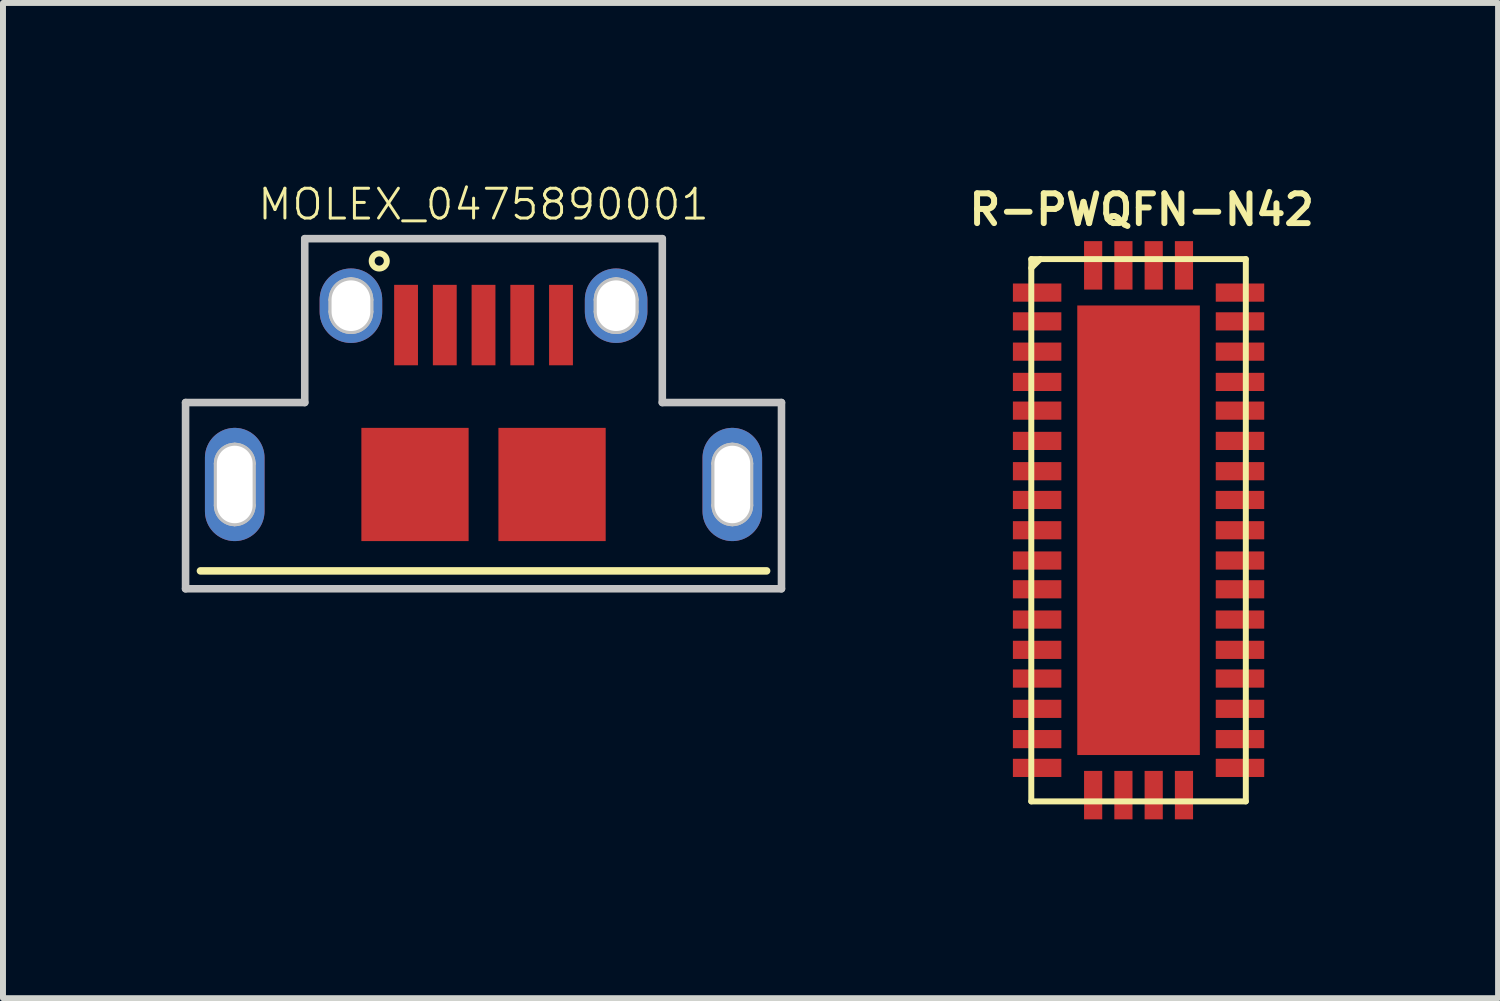
<source format=kicad_pcb>
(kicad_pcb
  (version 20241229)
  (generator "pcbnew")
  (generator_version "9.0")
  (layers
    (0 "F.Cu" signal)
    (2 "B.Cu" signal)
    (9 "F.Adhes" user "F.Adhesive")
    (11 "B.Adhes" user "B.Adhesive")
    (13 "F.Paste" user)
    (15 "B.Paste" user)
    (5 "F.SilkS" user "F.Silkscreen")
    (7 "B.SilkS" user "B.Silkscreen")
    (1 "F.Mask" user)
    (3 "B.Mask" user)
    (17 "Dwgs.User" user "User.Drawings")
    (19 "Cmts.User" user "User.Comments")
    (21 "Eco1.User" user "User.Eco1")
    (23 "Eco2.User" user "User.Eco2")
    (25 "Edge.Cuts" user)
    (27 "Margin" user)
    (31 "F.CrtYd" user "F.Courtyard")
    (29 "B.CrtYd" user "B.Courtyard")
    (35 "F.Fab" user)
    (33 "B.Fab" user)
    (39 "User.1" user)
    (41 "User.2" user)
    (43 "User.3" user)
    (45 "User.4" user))
  (footprint "MOLEX_0475890001"
    (layer "F.Cu")
    (at 5.064 5.08)
    (property "Reference" "MOLEX_0475890001" (at 0 -4.7 0) (layer "F.SilkS") (effects (font (size 0.5 0.5) (thickness 0.05))))
    (attr smd)
    (fp_line (start -4.75 1.45) (end 4.75 1.45) (stroke (width 0.127) (type solid)) (layer "F.SilkS"))
    (fp_circle (center -1.75 -3.75) (end -1.623 -3.75) (stroke (width 0.1) (type solid)) (fill no) (layer "F.SilkS"))
    (fp_line (start -5 -1.375) (end -5 1.75) (stroke (width 0.127) (type solid)) (layer "Dwgs.User"))
    (fp_line (start -5 1.75) (end 5 1.75) (stroke (width 0.127) (type solid)) (layer "Dwgs.User"))
    (fp_line (start -4.475 0.35) (end -4.475 -0.35) (stroke (width 0.1) (type solid)) (layer "Dwgs.User"))
    (fp_line (start -4.475 0.35) (end -4.475 -0.35) (stroke (width 0.1) (type solid)) (layer "Dwgs.User"))
    (fp_line (start -3.875 -0.35) (end -3.875 0.35) (stroke (width 0.1) (type solid)) (layer "Dwgs.User"))
    (fp_line (start -3.875 -0.35) (end -3.875 0.35) (stroke (width 0.1) (type solid)) (layer "Dwgs.User"))
    (fp_line (start -3 -4.125) (end -3 -1.375) (stroke (width 0.127) (type solid)) (layer "Dwgs.User"))
    (fp_line (start -3 -1.375) (end -5 -1.375) (stroke (width 0.127) (type solid)) (layer "Dwgs.User"))
    (fp_line (start -2.55 -2.9) (end -2.55 -3.1) (stroke (width 0.1) (type solid)) (layer "Dwgs.User"))
    (fp_line (start -2.55 -2.9) (end -2.55 -3.1) (stroke (width 0.1) (type solid)) (layer "Dwgs.User"))
    (fp_line (start -1.9 -3.1) (end -1.9 -2.9) (stroke (width 0.1) (type solid)) (layer "Dwgs.User"))
    (fp_line (start -1.9 -3.1) (end -1.9 -2.9) (stroke (width 0.1) (type solid)) (layer "Dwgs.User"))
    (fp_line (start 1.9 -2.9) (end 1.9 -3.1) (stroke (width 0.1) (type solid)) (layer "Dwgs.User"))
    (fp_line (start 1.9 -2.9) (end 1.9 -3.1) (stroke (width 0.1) (type solid)) (layer "Dwgs.User"))
    (fp_line (start 2.55 -3.1) (end 2.55 -2.9) (stroke (width 0.1) (type solid)) (layer "Dwgs.User"))
    (fp_line (start 2.55 -3.1) (end 2.55 -2.9) (stroke (width 0.1) (type solid)) (layer "Dwgs.User"))
    (fp_line (start 3 -4.125) (end -3 -4.125) (stroke (width 0.127) (type solid)) (layer "Dwgs.User"))
    (fp_line (start 3 -1.375) (end 3 -4.125) (stroke (width 0.127) (type solid)) (layer "Dwgs.User"))
    (fp_line (start 3.875 -0.35) (end 3.875 0.35) (stroke (width 0.1) (type solid)) (layer "Dwgs.User"))
    (fp_line (start 3.875 -0.35) (end 3.875 0.35) (stroke (width 0.1) (type solid)) (layer "Dwgs.User"))
    (fp_line (start 4.475 0.35) (end 4.475 -0.35) (stroke (width 0.1) (type solid)) (layer "Dwgs.User"))
    (fp_line (start 4.475 0.35) (end 4.475 -0.35) (stroke (width 0.1) (type solid)) (layer "Dwgs.User"))
    (fp_line (start 5 -1.375) (end 3 -1.375) (stroke (width 0.127) (type solid)) (layer "Dwgs.User"))
    (fp_line (start 5 1.75) (end 5 -1.375) (stroke (width 0.127) (type solid)) (layer "Dwgs.User"))
    (fp_arc (start -4.475 -0.35) (mid -4.387132 -0.562132) (end -4.175 -0.65) (stroke (width 0.1) (type solid)) (layer "Dwgs.User"))
    (fp_arc (start -4.475 -0.35) (mid -4.387132 -0.562132) (end -4.175 -0.65) (stroke (width 0.1) (type solid)) (layer "Dwgs.User"))
    (fp_arc (start -4.175 -0.65) (mid -3.962868 -0.562132) (end -3.875 -0.35) (stroke (width 0.1) (type solid)) (layer "Dwgs.User"))
    (fp_arc (start -4.175 -0.65) (mid -3.962868 -0.562132) (end -3.875 -0.35) (stroke (width 0.1) (type solid)) (layer "Dwgs.User"))
    (fp_arc (start -4.175 0.65) (mid -4.387132 0.562132) (end -4.475 0.35) (stroke (width 0.1) (type solid)) (layer "Dwgs.User"))
    (fp_arc (start -4.175 0.65) (mid -4.387132 0.562132) (end -4.475 0.35) (stroke (width 0.1) (type solid)) (layer "Dwgs.User"))
    (fp_arc (start -3.875 0.35) (mid -3.962868 0.562132) (end -4.175 0.65) (stroke (width 0.1) (type solid)) (layer "Dwgs.User"))
    (fp_arc (start -3.875 0.35) (mid -3.962868 0.562132) (end -4.175 0.65) (stroke (width 0.1) (type solid)) (layer "Dwgs.User"))
    (fp_arc (start -2.55 -3.1) (mid -2.45481 -3.32981) (end -2.225 -3.425) (stroke (width 0.1) (type solid)) (layer "Dwgs.User"))
    (fp_arc (start -2.55 -3.1) (mid -2.45481 -3.32981) (end -2.225 -3.425) (stroke (width 0.1) (type solid)) (layer "Dwgs.User"))
    (fp_arc (start -2.225 -3.425) (mid -1.99519 -3.32981) (end -1.9 -3.1) (stroke (width 0.1) (type solid)) (layer "Dwgs.User"))
    (fp_arc (start -2.225 -3.425) (mid -1.99519 -3.32981) (end -1.9 -3.1) (stroke (width 0.1) (type solid)) (layer "Dwgs.User"))
    (fp_arc (start -2.225 -2.575) (mid -2.45481 -2.67019) (end -2.55 -2.9) (stroke (width 0.1) (type solid)) (layer "Dwgs.User"))
    (fp_arc (start -2.225 -2.575) (mid -2.45481 -2.67019) (end -2.55 -2.9) (stroke (width 0.1) (type solid)) (layer "Dwgs.User"))
    (fp_arc (start -1.9 -2.9) (mid -1.99519 -2.67019) (end -2.225 -2.575) (stroke (width 0.1) (type solid)) (layer "Dwgs.User"))
    (fp_arc (start -1.9 -2.9) (mid -1.99519 -2.67019) (end -2.225 -2.575) (stroke (width 0.1) (type solid)) (layer "Dwgs.User"))
    (fp_arc (start 1.9 -3.1) (mid 1.99519 -3.32981) (end 2.225 -3.425) (stroke (width 0.1) (type solid)) (layer "Dwgs.User"))
    (fp_arc (start 1.9 -3.1) (mid 1.99519 -3.32981) (end 2.225 -3.425) (stroke (width 0.1) (type solid)) (layer "Dwgs.User"))
    (fp_arc (start 2.225 -3.425) (mid 2.45481 -3.32981) (end 2.55 -3.1) (stroke (width 0.1) (type solid)) (layer "Dwgs.User"))
    (fp_arc (start 2.225 -3.425) (mid 2.45481 -3.32981) (end 2.55 -3.1) (stroke (width 0.1) (type solid)) (layer "Dwgs.User"))
    (fp_arc (start 2.225 -2.575) (mid 1.99519 -2.67019) (end 1.9 -2.9) (stroke (width 0.1) (type solid)) (layer "Dwgs.User"))
    (fp_arc (start 2.225 -2.575) (mid 1.99519 -2.67019) (end 1.9 -2.9) (stroke (width 0.1) (type solid)) (layer "Dwgs.User"))
    (fp_arc (start 2.55 -2.9) (mid 2.45481 -2.67019) (end 2.225 -2.575) (stroke (width 0.1) (type solid)) (layer "Dwgs.User"))
    (fp_arc (start 2.55 -2.9) (mid 2.45481 -2.67019) (end 2.225 -2.575) (stroke (width 0.1) (type solid)) (layer "Dwgs.User"))
    (fp_arc (start 3.875 -0.35) (mid 3.962868 -0.562132) (end 4.175 -0.65) (stroke (width 0.1) (type solid)) (layer "Dwgs.User"))
    (fp_arc (start 3.875 -0.35) (mid 3.962868 -0.562132) (end 4.175 -0.65) (stroke (width 0.1) (type solid)) (layer "Dwgs.User"))
    (fp_arc (start 4.175 -0.65) (mid 4.387132 -0.562132) (end 4.475 -0.35) (stroke (width 0.1) (type solid)) (layer "Dwgs.User"))
    (fp_arc (start 4.175 -0.65) (mid 4.387132 -0.562132) (end 4.475 -0.35) (stroke (width 0.1) (type solid)) (layer "Dwgs.User"))
    (fp_arc (start 4.175 0.65) (mid 3.962868 0.562132) (end 3.875 0.35) (stroke (width 0.1) (type solid)) (layer "Dwgs.User"))
    (fp_arc (start 4.175 0.65) (mid 3.962868 0.562132) (end 3.875 0.35) (stroke (width 0.1) (type solid)) (layer "Dwgs.User"))
    (fp_arc (start 4.475 0.35) (mid 4.387132 0.562132) (end 4.175 0.65) (stroke (width 0.1) (type solid)) (layer "Dwgs.User"))
    (fp_arc (start 4.475 0.35) (mid 4.387132 0.562132) (end 4.175 0.65) (stroke (width 0.1) (type solid)) (layer "Dwgs.User"))
    (pad "" thru_hole oval (at -4.175 0) (size 1 1.9) (drill oval 0.6 1.3) (layers "*.Cu" "*.Mask"))
    (pad "" thru_hole oval (at -2.225 -3) (size 1.05 1.25) (drill oval 0.65 0.85) (layers "*.Cu" "*.Mask"))
    (pad "" smd rect (at -1.15 0) (size 1.8 1.9) (layers "F.Cu" "F.Mask" "F.Paste"))
    (pad "" smd rect (at 1.15 0) (size 1.8 1.9) (layers "F.Cu" "F.Mask" "F.Paste"))
    (pad "" thru_hole oval (at 2.225 -3) (size 1.05 1.25) (drill oval 0.65 0.85) (layers "*.Cu" "*.Mask"))
    (pad "" thru_hole oval (at 4.175 0) (size 1 1.9) (drill oval 0.6 1.3) (layers "*.Cu" "*.Mask"))
    (pad "1" smd rect (at -1.3 -2.675) (size 0.4 1.35) (layers "F.Cu" "F.Mask" "F.Paste"))
    (pad "2" smd rect (at -0.65 -2.675) (size 0.4 1.35) (layers "F.Cu" "F.Mask" "F.Paste"))
    (pad "3" smd rect (at 0 -2.675) (size 0.4 1.35) (layers "F.Cu" "F.Mask" "F.Paste"))
    (pad "4" smd rect (at 0.65 -2.675) (size 0.4 1.35) (layers "F.Cu" "F.Mask" "F.Paste"))
    (pad "5" smd rect (at 1.3 -2.675) (size 0.4 1.35) (layers "F.Cu" "F.Mask" "F.Paste")))
  (footprint "R-PWQFN-N42"
    (layer "F.Cu")
    (at 16.056 5.848)
    (property "Reference" "R-PWQFN-N42" (at 0.052 -5.38 0) (layer "F.SilkS") (effects (font (size 0.5 0.5) (thickness 0.1))))
    (attr smd)
    (fp_line (start -1.8 -4.55) (end 1.8 -4.55) (stroke (width 0.1) (type solid)) (layer "F.SilkS"))
    (fp_line (start -1.8 4.55) (end -1.8 -4.55) (stroke (width 0.1) (type solid)) (layer "F.SilkS"))
    (fp_line (start -1.8 4.55) (end 1.8 4.55) (stroke (width 0.1) (type solid)) (layer "F.SilkS"))
    (fp_line (start -1.65 -4.55) (end -1.8 -4.4) (stroke (width 0.1) (type solid)) (layer "F.SilkS"))
    (fp_line (start 1.8 4.55) (end 1.8 -4.55) (stroke (width 0.1) (type solid)) (layer "F.SilkS"))
    (pad "1" smd rect (at -1.702 -3.988 270) (size 0.305 0.813) (layers "F.Cu" "F.Mask" "F.Paste"))
    (pad "2" smd rect (at -1.702 -3.505 270) (size 0.305 0.813) (layers "F.Cu" "F.Mask" "F.Paste"))
    (pad "3" smd rect (at -1.702 -2.997 270) (size 0.305 0.813) (layers "F.Cu" "F.Mask" "F.Paste"))
    (pad "4" smd rect (at -1.702 -2.489 270) (size 0.305 0.813) (layers "F.Cu" "F.Mask" "F.Paste"))
    (pad "5" smd rect (at -1.702 -2.007 270) (size 0.305 0.813) (layers "F.Cu" "F.Mask" "F.Paste"))
    (pad "6" smd rect (at -1.702 -1.499 270) (size 0.305 0.813) (layers "F.Cu" "F.Mask" "F.Paste"))
    (pad "7" smd rect (at -1.702 -0.991 270) (size 0.305 0.813) (layers "F.Cu" "F.Mask" "F.Paste"))
    (pad "8" smd rect (at -1.702 -0.508 270) (size 0.305 0.813) (layers "F.Cu" "F.Mask" "F.Paste"))
    (pad "9" smd rect (at -1.702 0 270) (size 0.305 0.813) (layers "F.Cu" "F.Mask" "F.Paste"))
    (pad "10" smd rect (at -1.702 0.508 270) (size 0.305 0.813) (layers "F.Cu" "F.Mask" "F.Paste"))
    (pad "11" smd rect (at -1.702 0.991 270) (size 0.305 0.813) (layers "F.Cu" "F.Mask" "F.Paste"))
    (pad "12" smd rect (at -1.702 1.499 270) (size 0.305 0.813) (layers "F.Cu" "F.Mask" "F.Paste"))
    (pad "13" smd rect (at -1.702 2.007 270) (size 0.305 0.813) (layers "F.Cu" "F.Mask" "F.Paste"))
    (pad "14" smd rect (at -1.702 2.489 270) (size 0.305 0.813) (layers "F.Cu" "F.Mask" "F.Paste"))
    (pad "15" smd rect (at -1.702 2.997 270) (size 0.305 0.813) (layers "F.Cu" "F.Mask" "F.Paste"))
    (pad "16" smd rect (at -1.702 3.505 270) (size 0.305 0.813) (layers "F.Cu" "F.Mask" "F.Paste"))
    (pad "17" smd rect (at -1.702 3.988 270) (size 0.305 0.813) (layers "F.Cu" "F.Mask" "F.Paste"))
    (pad "18" smd rect (at -0.762 4.445 180) (size 0.305 0.813) (layers "F.Cu" "F.Mask" "F.Paste"))
    (pad "19" smd rect (at -0.254 4.445 180) (size 0.305 0.813) (layers "F.Cu" "F.Mask" "F.Paste"))
    (pad "20" smd rect (at 0.254 4.445 180) (size 0.305 0.813) (layers "F.Cu" "F.Mask" "F.Paste"))
    (pad "21" smd rect (at 0.762 4.445 180) (size 0.305 0.813) (layers "F.Cu" "F.Mask" "F.Paste"))
    (pad "22" smd rect (at 1.702 3.988 270) (size 0.305 0.813) (layers "F.Cu" "F.Mask" "F.Paste"))
    (pad "23" smd rect (at 1.702 3.505 270) (size 0.305 0.813) (layers "F.Cu" "F.Mask" "F.Paste"))
    (pad "24" smd rect (at 1.702 2.997 270) (size 0.305 0.813) (layers "F.Cu" "F.Mask" "F.Paste"))
    (pad "25" smd rect (at 1.702 2.489 270) (size 0.305 0.813) (layers "F.Cu" "F.Mask" "F.Paste"))
    (pad "26" smd rect (at 1.702 2.007 270) (size 0.305 0.813) (layers "F.Cu" "F.Mask" "F.Paste"))
    (pad "27" smd rect (at 1.702 1.499 270) (size 0.305 0.813) (layers "F.Cu" "F.Mask" "F.Paste"))
    (pad "28" smd rect (at 1.702 0.991 270) (size 0.305 0.813) (layers "F.Cu" "F.Mask" "F.Paste"))
    (pad "29" smd rect (at 1.702 0.508 270) (size 0.305 0.813) (layers "F.Cu" "F.Mask" "F.Paste"))
    (pad "30" smd rect (at 1.702 0 270) (size 0.305 0.813) (layers "F.Cu" "F.Mask" "F.Paste"))
    (pad "31" smd rect (at 1.702 -0.508 270) (size 0.305 0.813) (layers "F.Cu" "F.Mask" "F.Paste"))
    (pad "32" smd rect (at 1.702 -0.991 270) (size 0.305 0.813) (layers "F.Cu" "F.Mask" "F.Paste"))
    (pad "33" smd rect (at 1.702 -1.499 270) (size 0.305 0.813) (layers "F.Cu" "F.Mask" "F.Paste"))
    (pad "34" smd rect (at 1.702 -2.007 270) (size 0.305 0.813) (layers "F.Cu" "F.Mask" "F.Paste"))
    (pad "35" smd rect (at 1.702 -2.489 270) (size 0.305 0.813) (layers "F.Cu" "F.Mask" "F.Paste"))
    (pad "36" smd rect (at 1.702 -2.997 270) (size 0.305 0.813) (layers "F.Cu" "F.Mask" "F.Paste"))
    (pad "37" smd rect (at 1.702 -3.505 270) (size 0.305 0.813) (layers "F.Cu" "F.Mask" "F.Paste"))
    (pad "38" smd rect (at 1.702 -3.988 270) (size 0.305 0.813) (layers "F.Cu" "F.Mask" "F.Paste"))
    (pad "39" smd rect (at 0.762 -4.445 180) (size 0.305 0.813) (layers "F.Cu" "F.Mask" "F.Paste"))
    (pad "40" smd rect (at 0.254 -4.445 180) (size 0.305 0.813) (layers "F.Cu" "F.Mask" "F.Paste"))
    (pad "41" smd rect (at -0.254 -4.445 180) (size 0.305 0.813) (layers "F.Cu" "F.Mask" "F.Paste"))
    (pad "42" smd rect (at -0.762 -4.445 180) (size 0.305 0.813) (layers "F.Cu" "F.Mask" "F.Paste"))
    (pad "T" smd rect (at 0 0) (size 2.057 7.544) (layers "F.Cu" "F.Mask" "F.Paste")))
  (gr_rect
    (start -3 -3)
    (end 22.089 13.7)
    (stroke (width 0.1) (type default))
    (fill no)
    (layer "Edge.Cuts")))
</source>
